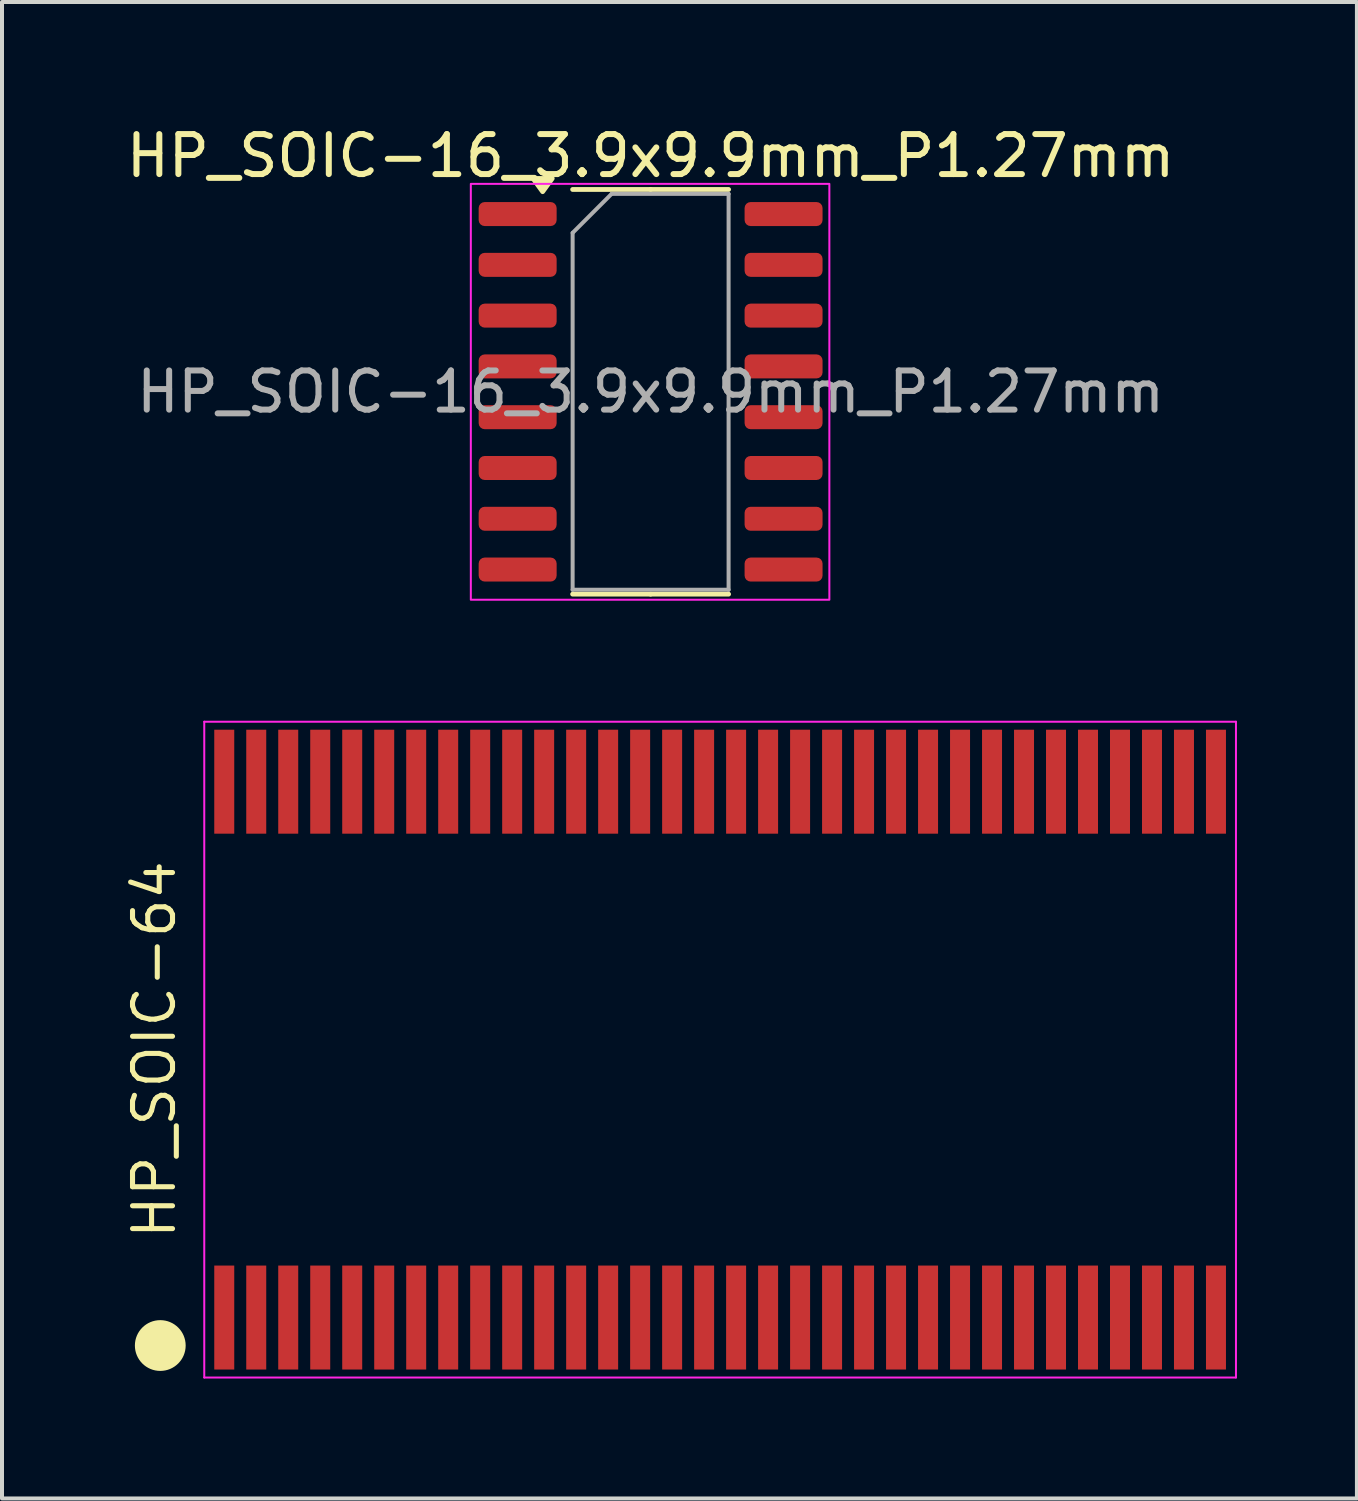
<source format=kicad_pcb>
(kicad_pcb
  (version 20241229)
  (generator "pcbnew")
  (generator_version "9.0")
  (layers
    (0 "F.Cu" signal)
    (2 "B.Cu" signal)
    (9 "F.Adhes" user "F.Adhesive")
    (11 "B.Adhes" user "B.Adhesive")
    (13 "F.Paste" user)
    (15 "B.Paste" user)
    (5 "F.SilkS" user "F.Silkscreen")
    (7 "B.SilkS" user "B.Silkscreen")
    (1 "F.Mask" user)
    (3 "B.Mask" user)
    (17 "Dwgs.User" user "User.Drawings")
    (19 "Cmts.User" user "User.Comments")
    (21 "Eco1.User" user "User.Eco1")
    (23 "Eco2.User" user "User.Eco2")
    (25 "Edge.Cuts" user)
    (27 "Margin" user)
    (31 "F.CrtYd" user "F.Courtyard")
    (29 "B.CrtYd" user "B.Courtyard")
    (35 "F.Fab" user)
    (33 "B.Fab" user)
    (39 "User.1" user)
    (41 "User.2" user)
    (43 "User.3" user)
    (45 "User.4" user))
  (footprint "HP_SOIC-64"
    (layer "F.Cu")
    (at 14.958 23.198)
    (property "Reference" "HP_SOIC-64" (at -14.15 0 90) (layer "F.SilkS") (effects (font (size 1 1) (thickness 0.127))))
    (attr smd)
    (fp_circle (center -14 7.4) (end -13.415 7.4) (stroke (width 0.1) (type default)) (fill yes) (layer "F.SilkS"))
    (fp_line (start -12.9 -8.2) (end 12.9 -8.2) (stroke (width 0.05) (type default)) (layer "F.CrtYd"))
    (fp_line (start -12.9 8.2) (end -12.9 -8.2) (stroke (width 0.05) (type default)) (layer "F.CrtYd"))
    (fp_line (start 12.9 -8.2) (end 12.9 8.2) (stroke (width 0.05) (type default)) (layer "F.CrtYd"))
    (fp_line (start 12.9 8.2) (end -12.9 8.2) (stroke (width 0.05) (type default)) (layer "F.CrtYd"))
    (pad "1" smd rect (at -12.4 6.7) (size 0.5 2.6) (layers "F.Cu" "F.Mask" "F.Paste"))
    (pad "2" smd rect (at -11.6 6.7) (size 0.5 2.6) (layers "F.Cu" "F.Mask" "F.Paste"))
    (pad "3" smd rect (at -10.8 6.7) (size 0.5 2.6) (layers "F.Cu" "F.Mask" "F.Paste"))
    (pad "4" smd rect (at -10 6.7) (size 0.5 2.6) (layers "F.Cu" "F.Mask" "F.Paste"))
    (pad "5" smd rect (at -9.2 6.7) (size 0.5 2.6) (layers "F.Cu" "F.Mask" "F.Paste"))
    (pad "6" smd rect (at -8.4 6.7) (size 0.5 2.6) (layers "F.Cu" "F.Mask" "F.Paste"))
    (pad "7" smd rect (at -7.6 6.7) (size 0.5 2.6) (layers "F.Cu" "F.Mask" "F.Paste"))
    (pad "8" smd rect (at -6.8 6.7) (size 0.5 2.6) (layers "F.Cu" "F.Mask" "F.Paste"))
    (pad "9" smd rect (at -6 6.7) (size 0.5 2.6) (layers "F.Cu" "F.Mask" "F.Paste"))
    (pad "10" smd rect (at -5.2 6.7) (size 0.5 2.6) (layers "F.Cu" "F.Mask" "F.Paste"))
    (pad "11" smd rect (at -4.4 6.7) (size 0.5 2.6) (layers "F.Cu" "F.Mask" "F.Paste"))
    (pad "12" smd rect (at -3.6 6.7) (size 0.5 2.6) (layers "F.Cu" "F.Mask" "F.Paste"))
    (pad "13" smd rect (at -2.8 6.7) (size 0.5 2.6) (layers "F.Cu" "F.Mask" "F.Paste"))
    (pad "14" smd rect (at -2 6.7) (size 0.5 2.6) (layers "F.Cu" "F.Mask" "F.Paste"))
    (pad "15" smd rect (at -1.2 6.7) (size 0.5 2.6) (layers "F.Cu" "F.Mask" "F.Paste"))
    (pad "16" smd rect (at -0.4 6.7) (size 0.5 2.6) (layers "F.Cu" "F.Mask" "F.Paste"))
    (pad "17" smd rect (at 0.4 6.7) (size 0.5 2.6) (layers "F.Cu" "F.Mask" "F.Paste"))
    (pad "18" smd rect (at 1.2 6.7) (size 0.5 2.6) (layers "F.Cu" "F.Mask" "F.Paste"))
    (pad "19" smd rect (at 2 6.7) (size 0.5 2.6) (layers "F.Cu" "F.Mask" "F.Paste"))
    (pad "20" smd rect (at 2.8 6.7) (size 0.5 2.6) (layers "F.Cu" "F.Mask" "F.Paste"))
    (pad "21" smd rect (at 3.6 6.7) (size 0.5 2.6) (layers "F.Cu" "F.Mask" "F.Paste"))
    (pad "22" smd rect (at 4.4 6.7) (size 0.5 2.6) (layers "F.Cu" "F.Mask" "F.Paste"))
    (pad "23" smd rect (at 5.2 6.7) (size 0.5 2.6) (layers "F.Cu" "F.Mask" "F.Paste"))
    (pad "24" smd rect (at 6 6.7) (size 0.5 2.6) (layers "F.Cu" "F.Mask" "F.Paste"))
    (pad "25" smd rect (at 6.8 6.7) (size 0.5 2.6) (layers "F.Cu" "F.Mask" "F.Paste"))
    (pad "26" smd rect (at 7.6 6.7) (size 0.5 2.6) (layers "F.Cu" "F.Mask" "F.Paste"))
    (pad "27" smd rect (at 8.4 6.7) (size 0.5 2.6) (layers "F.Cu" "F.Mask" "F.Paste"))
    (pad "28" smd rect (at 9.2 6.7) (size 0.5 2.6) (layers "F.Cu" "F.Mask" "F.Paste"))
    (pad "29" smd rect (at 10 6.7) (size 0.5 2.6) (layers "F.Cu" "F.Mask" "F.Paste"))
    (pad "30" smd rect (at 10.8 6.7) (size 0.5 2.6) (layers "F.Cu" "F.Mask" "F.Paste"))
    (pad "31" smd rect (at 11.6 6.7) (size 0.5 2.6) (layers "F.Cu" "F.Mask" "F.Paste"))
    (pad "32" smd rect (at 12.4 6.7) (size 0.5 2.6) (layers "F.Cu" "F.Mask" "F.Paste"))
    (pad "33" smd rect (at 12.4 -6.7) (size 0.5 2.6) (layers "F.Cu" "F.Mask" "F.Paste"))
    (pad "34" smd rect (at 11.6 -6.7) (size 0.5 2.6) (layers "F.Cu" "F.Mask" "F.Paste"))
    (pad "35" smd rect (at 10.8 -6.7) (size 0.5 2.6) (layers "F.Cu" "F.Mask" "F.Paste"))
    (pad "36" smd rect (at 10 -6.7) (size 0.5 2.6) (layers "F.Cu" "F.Mask" "F.Paste"))
    (pad "37" smd rect (at 9.2 -6.7) (size 0.5 2.6) (layers "F.Cu" "F.Mask" "F.Paste"))
    (pad "38" smd rect (at 8.4 -6.7) (size 0.5 2.6) (layers "F.Cu" "F.Mask" "F.Paste"))
    (pad "39" smd rect (at 7.6 -6.7) (size 0.5 2.6) (layers "F.Cu" "F.Mask" "F.Paste"))
    (pad "40" smd rect (at 6.8 -6.7) (size 0.5 2.6) (layers "F.Cu" "F.Mask" "F.Paste"))
    (pad "41" smd rect (at 6 -6.7) (size 0.5 2.6) (layers "F.Cu" "F.Mask" "F.Paste"))
    (pad "42" smd rect (at 5.2 -6.7) (size 0.5 2.6) (layers "F.Cu" "F.Mask" "F.Paste"))
    (pad "43" smd rect (at 4.4 -6.7) (size 0.5 2.6) (layers "F.Cu" "F.Mask" "F.Paste"))
    (pad "44" smd rect (at 3.6 -6.7) (size 0.5 2.6) (layers "F.Cu" "F.Mask" "F.Paste"))
    (pad "45" smd rect (at 2.8 -6.7) (size 0.5 2.6) (layers "F.Cu" "F.Mask" "F.Paste"))
    (pad "46" smd rect (at 2 -6.7) (size 0.5 2.6) (layers "F.Cu" "F.Mask" "F.Paste"))
    (pad "47" smd rect (at 1.2 -6.7) (size 0.5 2.6) (layers "F.Cu" "F.Mask" "F.Paste"))
    (pad "48" smd rect (at 0.4 -6.7) (size 0.5 2.6) (layers "F.Cu" "F.Mask" "F.Paste"))
    (pad "49" smd rect (at -0.4 -6.7) (size 0.5 2.6) (layers "F.Cu" "F.Mask" "F.Paste"))
    (pad "50" smd rect (at -1.2 -6.7) (size 0.5 2.6) (layers "F.Cu" "F.Mask" "F.Paste"))
    (pad "51" smd rect (at -2 -6.7) (size 0.5 2.6) (layers "F.Cu" "F.Mask" "F.Paste"))
    (pad "52" smd rect (at -2.8 -6.7) (size 0.5 2.6) (layers "F.Cu" "F.Mask" "F.Paste"))
    (pad "53" smd rect (at -3.6 -6.7) (size 0.5 2.6) (layers "F.Cu" "F.Mask" "F.Paste"))
    (pad "54" smd rect (at -4.4 -6.7) (size 0.5 2.6) (layers "F.Cu" "F.Mask" "F.Paste"))
    (pad "55" smd rect (at -5.2 -6.7) (size 0.5 2.6) (layers "F.Cu" "F.Mask" "F.Paste"))
    (pad "56" smd rect (at -6 -6.7) (size 0.5 2.6) (layers "F.Cu" "F.Mask" "F.Paste"))
    (pad "57" smd rect (at -6.8 -6.7) (size 0.5 2.6) (layers "F.Cu" "F.Mask" "F.Paste"))
    (pad "58" smd rect (at -7.6 -6.7) (size 0.5 2.6) (layers "F.Cu" "F.Mask" "F.Paste"))
    (pad "59" smd rect (at -8.4 -6.7) (size 0.5 2.6) (layers "F.Cu" "F.Mask" "F.Paste"))
    (pad "60" smd rect (at -9.2 -6.7) (size 0.5 2.6) (layers "F.Cu" "F.Mask" "F.Paste"))
    (pad "61" smd rect (at -10 -6.7) (size 0.5 2.6) (layers "F.Cu" "F.Mask" "F.Paste"))
    (pad "62" smd rect (at -10.8 -6.7) (size 0.5 2.6) (layers "F.Cu" "F.Mask" "F.Paste"))
    (pad "63" smd rect (at -11.6 -6.7) (size 0.5 2.6) (layers "F.Cu" "F.Mask" "F.Paste"))
    (pad "64" smd rect (at -12.4 -6.7) (size 0.5 2.6) (layers "F.Cu" "F.Mask" "F.Paste")))
  (footprint "HP_SOIC-16_3.9x9.9mm_P1.27mm"
    (layer "F.Cu")
    (at 13.22 6.748)
    (property "Reference" "HP_SOIC-16_3.9x9.9mm_P1.27mm" (at 0 -5.9 0) (layer "F.SilkS") (effects (font (size 1 1) (thickness 0.15))))
    (attr smd)
    (fp_line (start 0 -5.06) (end -1.95 -5.06) (stroke (width 0.12) (type solid)) (layer "F.SilkS"))
    (fp_line (start 0 -5.06) (end 1.95 -5.06) (stroke (width 0.12) (type solid)) (layer "F.SilkS"))
    (fp_line (start 0 5.06) (end -1.95 5.06) (stroke (width 0.12) (type solid)) (layer "F.SilkS"))
    (fp_line (start 0 5.06) (end 1.95 5.06) (stroke (width 0.12) (type solid)) (layer "F.SilkS"))
    (fp_poly (pts (xy -2.7 -5.005) (xy -2.94 -5.335) (xy -2.46 -5.335)) (stroke (width 0.12) (type solid)) (fill yes) (layer "F.SilkS"))
    (fp_rect (start -4.496 -5.2) (end 4.47 5.2) (stroke (width 0.05) (type solid)) (fill no) (layer "F.CrtYd"))
    (fp_line (start -1.95 -3.975) (end -0.975 -4.95) (stroke (width 0.1) (type solid)) (layer "F.Fab"))
    (fp_line (start -1.95 4.95) (end -1.95 -3.975) (stroke (width 0.1) (type solid)) (layer "F.Fab"))
    (fp_line (start -0.975 -4.95) (end 1.95 -4.95) (stroke (width 0.1) (type solid)) (layer "F.Fab"))
    (fp_line (start 1.95 -4.95) (end 1.95 4.95) (stroke (width 0.1) (type solid)) (layer "F.Fab"))
    (fp_line (start 1.95 4.95) (end -1.95 4.95) (stroke (width 0.1) (type solid)) (layer "F.Fab"))
    (fp_text user "${REFERENCE}" (at 0 0 0) (layer "F.Fab") (effects (font (size 0.98 0.98) (thickness 0.15))))
    (pad "1" smd roundrect (at -3.325 -4.445) (size 1.95 0.6) (layers "F.Cu" "F.Mask" "F.Paste") (roundrect_rratio 0.25))
    (pad "2" smd roundrect (at -3.325 -3.175) (size 1.95 0.6) (layers "F.Cu" "F.Mask" "F.Paste") (roundrect_rratio 0.25))
    (pad "3" smd roundrect (at -3.325 -1.905) (size 1.95 0.6) (layers "F.Cu" "F.Mask" "F.Paste") (roundrect_rratio 0.25))
    (pad "4" smd roundrect (at -3.325 -0.635) (size 1.95 0.6) (layers "F.Cu" "F.Mask" "F.Paste") (roundrect_rratio 0.25))
    (pad "5" smd roundrect (at -3.325 0.635) (size 1.95 0.6) (layers "F.Cu" "F.Mask" "F.Paste") (roundrect_rratio 0.25))
    (pad "6" smd roundrect (at -3.325 1.905) (size 1.95 0.6) (layers "F.Cu" "F.Mask" "F.Paste") (roundrect_rratio 0.25))
    (pad "7" smd roundrect (at -3.325 3.175) (size 1.95 0.6) (layers "F.Cu" "F.Mask" "F.Paste") (roundrect_rratio 0.25))
    (pad "8" smd roundrect (at -3.325 4.445) (size 1.95 0.6) (layers "F.Cu" "F.Mask" "F.Paste") (roundrect_rratio 0.25))
    (pad "9" smd roundrect (at 3.325 4.445) (size 1.95 0.6) (layers "F.Cu" "F.Mask" "F.Paste") (roundrect_rratio 0.25))
    (pad "10" smd roundrect (at 3.325 3.175) (size 1.95 0.6) (layers "F.Cu" "F.Mask" "F.Paste") (roundrect_rratio 0.25))
    (pad "11" smd roundrect (at 3.325 1.905) (size 1.95 0.6) (layers "F.Cu" "F.Mask" "F.Paste") (roundrect_rratio 0.25))
    (pad "12" smd roundrect (at 3.325 0.635) (size 1.95 0.6) (layers "F.Cu" "F.Mask" "F.Paste") (roundrect_rratio 0.25))
    (pad "13" smd roundrect (at 3.325 -0.635) (size 1.95 0.6) (layers "F.Cu" "F.Mask" "F.Paste") (roundrect_rratio 0.25))
    (pad "14" smd roundrect (at 3.325 -1.905) (size 1.95 0.6) (layers "F.Cu" "F.Mask" "F.Paste") (roundrect_rratio 0.25))
    (pad "15" smd roundrect (at 3.325 -3.175) (size 1.95 0.6) (layers "F.Cu" "F.Mask" "F.Paste") (roundrect_rratio 0.25))
    (pad "16" smd roundrect (at 3.325 -4.445) (size 1.95 0.6) (layers "F.Cu" "F.Mask" "F.Paste") (roundrect_rratio 0.25)))
  (gr_rect
    (start -3 -3)
    (end 30.883 34.423)
    (stroke (width 0.1) (type default))
    (fill no)
    (layer "Edge.Cuts")))
</source>
